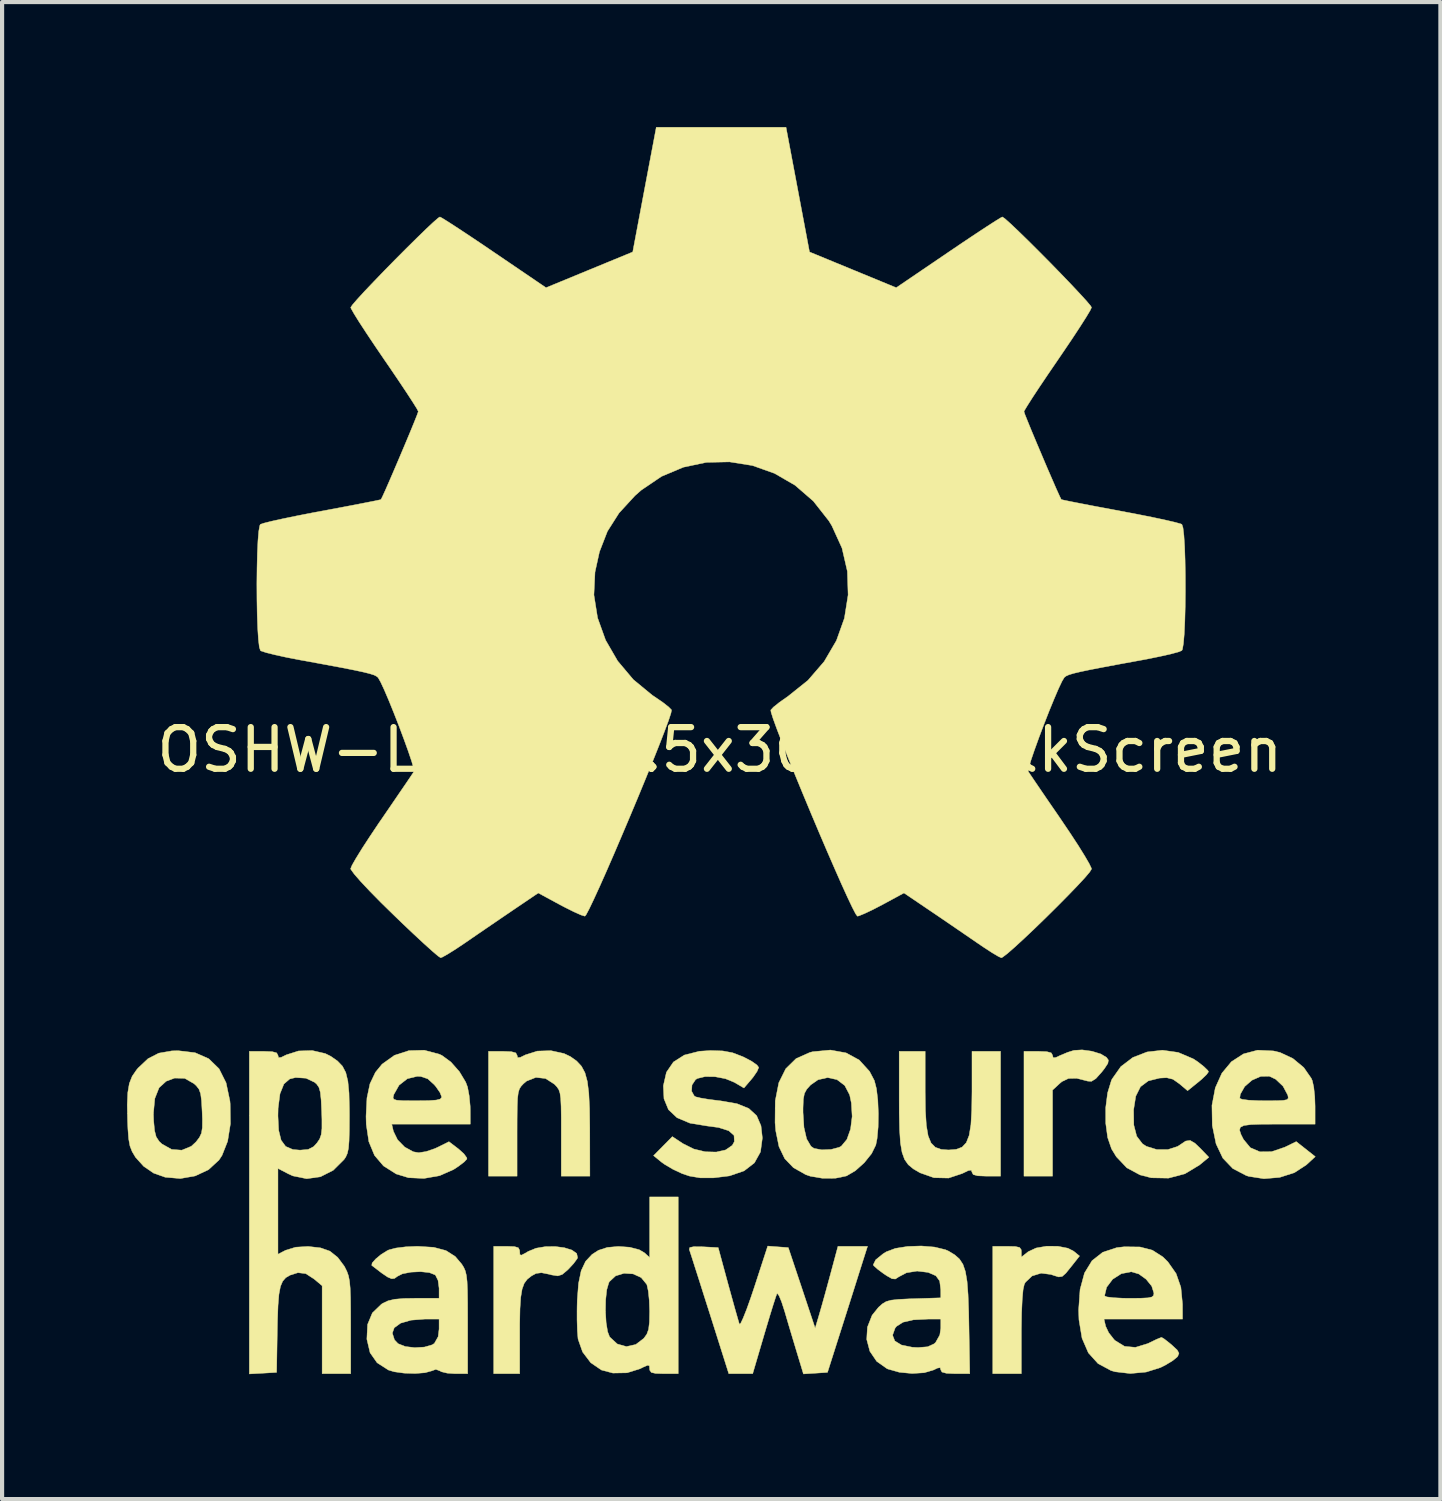
<source format=kicad_pcb>
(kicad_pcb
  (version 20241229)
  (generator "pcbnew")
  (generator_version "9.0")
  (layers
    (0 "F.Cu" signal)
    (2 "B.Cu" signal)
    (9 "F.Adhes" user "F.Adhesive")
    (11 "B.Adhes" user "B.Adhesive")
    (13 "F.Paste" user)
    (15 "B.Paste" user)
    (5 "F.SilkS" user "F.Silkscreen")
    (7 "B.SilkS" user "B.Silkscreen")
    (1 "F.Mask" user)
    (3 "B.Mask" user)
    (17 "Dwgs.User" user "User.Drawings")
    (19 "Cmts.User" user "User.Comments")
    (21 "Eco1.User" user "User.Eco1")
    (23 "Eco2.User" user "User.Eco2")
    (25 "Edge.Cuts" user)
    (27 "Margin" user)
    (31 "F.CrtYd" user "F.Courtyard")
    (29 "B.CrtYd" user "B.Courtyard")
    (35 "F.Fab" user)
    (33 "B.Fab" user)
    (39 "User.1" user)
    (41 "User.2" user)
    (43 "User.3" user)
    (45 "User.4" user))
  (footprint "OSHW-Logo_28.5x30mm_SilkScreen"
    (layer "F.Cu")
    (at 14.232 14.952)
    (property "Reference" "OSHW-Logo_28.5x30mm_SilkScreen" (at 0 0 0) (layer "F.SilkS") (effects (font (size 1 1) (thickness 0.15))))
    (attr exclude_from_pos_files exclude_from_bom)
    (fp_poly (pts (xy 8.931 7.236) (xy 9.146 7.302) (xy 9.284 7.385) (xy 9.329 7.45) (xy 9.316 7.528) (xy 9.236 7.65) (xy 9.168 7.737) (xy 9.028 7.893) (xy 8.923 7.959) (xy 8.833 7.954) (xy 8.567 7.886) (xy 8.371 7.89) (xy 8.212 7.966) (xy 8.159 8.011) (xy 7.988 8.169) (xy 7.988 10.235) (xy 7.302 10.235) (xy 7.302 7.239) (xy 7.645 7.239) (xy 7.851 7.247) (xy 7.957 7.276) (xy 7.988 7.333) (xy 7.988 7.335) (xy 8.003 7.394) (xy 8.069 7.386) (xy 8.16 7.343) (xy 8.348 7.264) (xy 8.501 7.216) (xy 8.698 7.204) (xy 8.931 7.236)) (stroke (width 0.01) (type solid)) (fill yes) (layer "F.SilkS"))
    (fp_poly (pts (xy 8.116 11.919) (xy 8.356 11.966) (xy 8.493 12.036) (xy 8.636 12.153) (xy 8.432 12.411) (xy 8.306 12.567) (xy 8.22 12.643) (xy 8.135 12.655) (xy 8.011 12.617) (xy 7.952 12.596) (xy 7.714 12.565) (xy 7.496 12.632) (xy 7.336 12.784) (xy 7.31 12.832) (xy 7.281 12.96) (xy 7.26 13.196) (xy 7.245 13.523) (xy 7.239 13.925) (xy 7.239 13.982) (xy 7.239 14.978) (xy 6.553 14.978) (xy 6.553 11.92) (xy 6.896 11.92) (xy 7.094 11.925) (xy 7.197 11.948) (xy 7.235 12) (xy 7.239 12.049) (xy 7.239 12.179) (xy 7.404 12.049) (xy 7.592 11.961) (xy 7.846 11.917) (xy 8.116 11.919)) (stroke (width 0.01) (type solid)) (fill yes) (layer "F.SilkS"))
    (fp_poly (pts (xy -4.93 11.927) (xy -4.837 11.955) (xy -4.807 12.016) (xy -4.805 12.044) (xy -4.8 12.121) (xy -4.763 12.133) (xy -4.662 12.08) (xy -4.603 12.044) (xy -4.414 11.966) (xy -4.189 11.928) (xy -3.953 11.925) (xy -3.732 11.954) (xy -3.552 12.01) (xy -3.437 12.091) (xy -3.415 12.191) (xy -3.426 12.218) (xy -3.509 12.332) (xy -3.638 12.471) (xy -3.661 12.493) (xy -3.784 12.596) (xy -3.89 12.63) (xy -4.038 12.607) (xy -4.097 12.591) (xy -4.282 12.554) (xy -4.412 12.571) (xy -4.521 12.63) (xy -4.622 12.709) (xy -4.696 12.808) (xy -4.747 12.947) (xy -4.78 13.145) (xy -4.798 13.419) (xy -4.805 13.791) (xy -4.805 14.015) (xy -4.805 14.978) (xy -5.429 14.978) (xy -5.429 11.92) (xy -5.117 11.92) (xy -4.93 11.927)) (stroke (width 0.01) (type solid)) (fill yes) (layer "F.SilkS"))
    (fp_poly (pts (xy 4.93 8.211) (xy 4.936 8.668) (xy 4.958 9.016) (xy 5.001 9.268) (xy 5.071 9.439) (xy 5.174 9.543) (xy 5.316 9.594) (xy 5.492 9.607) (xy 5.676 9.592) (xy 5.816 9.539) (xy 5.917 9.432) (xy 5.986 9.257) (xy 6.028 9.001) (xy 6.048 8.648) (xy 6.054 8.211) (xy 6.054 7.239) (xy 6.74 7.239) (xy 6.74 10.235) (xy 6.397 10.235) (xy 6.19 10.227) (xy 6.083 10.197) (xy 6.054 10.141) (xy 6.036 10.091) (xy 5.964 10.102) (xy 5.82 10.172) (xy 5.491 10.281) (xy 5.141 10.273) (xy 4.806 10.155) (xy 4.647 10.062) (xy 4.525 9.961) (xy 4.436 9.835) (xy 4.375 9.666) (xy 4.336 9.436) (xy 4.316 9.127) (xy 4.307 8.723) (xy 4.306 8.41) (xy 4.306 7.239) (xy 4.93 7.239) (xy 4.93 8.211)) (stroke (width 0.01) (type solid)) (fill yes) (layer "F.SilkS"))
    (fp_poly (pts (xy -3.742 7.291) (xy -3.587 7.365) (xy -3.437 7.472) (xy -3.322 7.596) (xy -3.238 7.753) (xy -3.181 7.962) (xy -3.146 8.241) (xy -3.128 8.607) (xy -3.122 9.078) (xy -3.122 9.127) (xy -3.12 10.235) (xy -3.807 10.235) (xy -3.807 9.214) (xy -3.807 8.835) (xy -3.811 8.561) (xy -3.82 8.37) (xy -3.838 8.242) (xy -3.867 8.156) (xy -3.911 8.092) (xy -3.971 8.028) (xy -4.184 7.891) (xy -4.416 7.865) (xy -4.638 7.952) (xy -4.715 8.017) (xy -4.771 8.077) (xy -4.812 8.142) (xy -4.839 8.232) (xy -4.856 8.367) (xy -4.864 8.567) (xy -4.867 8.854) (xy -4.868 9.202) (xy -4.868 10.235) (xy -5.554 10.235) (xy -5.554 7.239) (xy -5.211 7.239) (xy -5.005 7.247) (xy -4.899 7.276) (xy -4.868 7.333) (xy -4.868 7.335) (xy -4.854 7.39) (xy -4.79 7.384) (xy -4.665 7.323) (xy -4.38 7.233) (xy -4.055 7.223) (xy -3.742 7.291)) (stroke (width 0.01) (type solid)) (fill yes) (layer "F.SilkS"))
    (fp_poly (pts (xy 11.004 7.265) (xy 11.366 7.419) (xy 11.48 7.494) (xy 11.625 7.609) (xy 11.717 7.699) (xy 11.733 7.729) (xy 11.688 7.794) (xy 11.573 7.905) (xy 11.481 7.982) (xy 11.23 8.184) (xy 11.032 8.017) (xy 10.879 7.909) (xy 10.729 7.872) (xy 10.558 7.881) (xy 10.286 7.949) (xy 10.099 8.089) (xy 9.986 8.315) (xy 9.934 8.642) (xy 9.934 8.642) (xy 9.939 9.008) (xy 10.008 9.276) (xy 10.146 9.458) (xy 10.241 9.52) (xy 10.491 9.597) (xy 10.758 9.597) (xy 10.991 9.522) (xy 11.046 9.486) (xy 11.184 9.393) (xy 11.292 9.378) (xy 11.409 9.447) (xy 11.538 9.571) (xy 11.741 9.782) (xy 11.515 9.968) (xy 11.165 10.179) (xy 10.771 10.283) (xy 10.359 10.275) (xy 10.089 10.206) (xy 9.772 10.036) (xy 9.519 9.769) (xy 9.404 9.58) (xy 9.311 9.309) (xy 9.265 8.965) (xy 9.264 8.593) (xy 9.31 8.236) (xy 9.401 7.937) (xy 9.416 7.906) (xy 9.628 7.605) (xy 9.916 7.386) (xy 10.257 7.254) (xy 10.627 7.212) (xy 11.004 7.265)) (stroke (width 0.01) (type solid)) (fill yes) (layer "F.SilkS"))
    (fp_poly (pts (xy 3.031 7.276) (xy 3.347 7.448) (xy 3.594 7.72) (xy 3.71 7.94) (xy 3.76 8.135) (xy 3.793 8.413) (xy 3.806 8.733) (xy 3.801 9.055) (xy 3.775 9.337) (xy 3.745 9.488) (xy 3.643 9.695) (xy 3.467 9.914) (xy 3.254 10.105) (xy 3.043 10.229) (xy 3.038 10.231) (xy 2.777 10.285) (xy 2.468 10.287) (xy 2.173 10.237) (xy 2.06 10.198) (xy 1.767 10.032) (xy 1.558 9.815) (xy 1.42 9.527) (xy 1.343 9.15) (xy 1.326 8.952) (xy 1.328 8.704) (xy 1.997 8.704) (xy 2.02 9.066) (xy 2.084 9.342) (xy 2.188 9.519) (xy 2.261 9.569) (xy 2.449 9.604) (xy 2.673 9.594) (xy 2.866 9.543) (xy 2.917 9.515) (xy 3.051 9.353) (xy 3.139 9.105) (xy 3.177 8.803) (xy 3.158 8.48) (xy 3.117 8.285) (xy 2.999 8.059) (xy 2.813 7.918) (xy 2.589 7.869) (xy 2.358 7.921) (xy 2.179 8.046) (xy 2.086 8.149) (xy 2.031 8.251) (xy 2.005 8.389) (xy 1.997 8.6) (xy 1.997 8.704) (xy 1.328 8.704) (xy 1.331 8.425) (xy 1.416 7.993) (xy 1.583 7.656) (xy 1.831 7.413) (xy 2.161 7.266) (xy 2.231 7.248) (xy 2.656 7.208) (xy 3.031 7.276)) (stroke (width 0.01) (type solid)) (fill yes) (layer "F.SilkS"))
    (fp_poly (pts (xy 1.397 11.933) (xy 1.644 11.951) (xy 1.967 12.918) (xy 2.289 13.886) (xy 2.391 13.543) (xy 2.452 13.33) (xy 2.532 13.044) (xy 2.618 12.729) (xy 2.664 12.56) (xy 2.836 11.92) (xy 3.546 11.92) (xy 3.333 12.591) (xy 3.229 12.921) (xy 3.103 13.319) (xy 2.971 13.734) (xy 2.853 14.104) (xy 2.585 14.947) (xy 2.296 14.966) (xy 2.007 14.984) (xy 1.85 14.466) (xy 1.753 14.144) (xy 1.647 13.79) (xy 1.555 13.476) (xy 1.551 13.464) (xy 1.482 13.251) (xy 1.422 13.107) (xy 1.379 13.052) (xy 1.37 13.058) (xy 1.34 13.143) (xy 1.281 13.325) (xy 1.202 13.581) (xy 1.11 13.888) (xy 1.06 14.057) (xy 0.789 14.978) (xy 0.215 14.978) (xy -0.244 13.527) (xy -0.374 13.12) (xy -0.491 12.75) (xy -0.592 12.435) (xy -0.669 12.193) (xy -0.719 12.039) (xy -0.734 11.995) (xy -0.722 11.949) (xy -0.628 11.929) (xy -0.433 11.931) (xy -0.402 11.932) (xy -0.039 11.951) (xy 0.198 12.825) (xy 0.286 13.143) (xy 0.364 13.424) (xy 0.426 13.641) (xy 0.464 13.771) (xy 0.472 13.792) (xy 0.501 13.768) (xy 0.561 13.641) (xy 0.645 13.43) (xy 0.744 13.152) (xy 0.829 12.9) (xy 1.15 11.914) (xy 1.397 11.933)) (stroke (width 0.01) (type solid)) (fill yes) (layer "F.SilkS"))
    (fp_poly (pts (xy -12.598 7.272) (xy -12.271 7.416) (xy -12.023 7.657) (xy -11.854 7.995) (xy -11.762 8.431) (xy -11.756 8.499) (xy -11.75 8.978) (xy -11.817 9.398) (xy -11.952 9.739) (xy -12.024 9.848) (xy -12.275 10.08) (xy -12.595 10.23) (xy -12.952 10.293) (xy -13.317 10.261) (xy -13.594 10.163) (xy -13.833 9.999) (xy -14.028 9.783) (xy -14.031 9.778) (xy -14.11 9.645) (xy -14.162 9.511) (xy -14.193 9.342) (xy -14.211 9.104) (xy -14.219 8.909) (xy -14.223 8.731) (xy -13.599 8.731) (xy -13.593 8.908) (xy -13.571 9.143) (xy -13.532 9.293) (xy -13.461 9.401) (xy -13.395 9.463) (xy -13.161 9.594) (xy -12.917 9.612) (xy -12.689 9.518) (xy -12.575 9.412) (xy -12.493 9.305) (xy -12.445 9.203) (xy -12.424 9.071) (xy -12.422 8.872) (xy -12.429 8.689) (xy -12.443 8.427) (xy -12.465 8.258) (xy -12.505 8.147) (xy -12.572 8.062) (xy -12.625 8.014) (xy -12.848 7.887) (xy -13.089 7.881) (xy -13.291 7.956) (xy -13.463 8.113) (xy -13.565 8.371) (xy -13.599 8.731) (xy -14.223 8.731) (xy -14.227 8.52) (xy -14.214 8.229) (xy -14.177 8.011) (xy -14.109 7.838) (xy -14.005 7.686) (xy -13.967 7.64) (xy -13.728 7.415) (xy -13.471 7.283) (xy -13.156 7.228) (xy -13.003 7.224) (xy -12.598 7.272)) (stroke (width 0.01) (type solid)) (fill yes) (layer "F.SilkS"))
    (fp_poly (pts (xy -0.999 14.978) (xy -1.342 14.978) (xy -1.541 14.972) (xy -1.645 14.948) (xy -1.682 14.895) (xy -1.685 14.86) (xy -1.691 14.789) (xy -1.731 14.775) (xy -1.835 14.819) (xy -1.917 14.86) (xy -2.228 14.957) (xy -2.567 14.963) (xy -2.843 14.89) (xy -3.099 14.715) (xy -3.295 14.457) (xy -3.402 14.152) (xy -3.405 14.135) (xy -3.42 13.949) (xy -3.428 13.682) (xy -3.428 13.481) (xy -2.746 13.481) (xy -2.73 13.749) (xy -2.694 13.97) (xy -2.646 14.095) (xy -2.462 14.265) (xy -2.243 14.327) (xy -2.018 14.277) (xy -1.825 14.13) (xy -1.753 14.03) (xy -1.71 13.912) (xy -1.69 13.739) (xy -1.685 13.48) (xy -1.694 13.223) (xy -1.717 12.997) (xy -1.75 12.846) (xy -1.756 12.832) (xy -1.888 12.671) (xy -2.082 12.582) (xy -2.3 12.568) (xy -2.502 12.63) (xy -2.651 12.768) (xy -2.666 12.796) (xy -2.715 12.964) (xy -2.741 13.206) (xy -2.746 13.481) (xy -3.428 13.481) (xy -3.427 13.378) (xy -3.423 13.215) (xy -3.392 12.81) (xy -3.329 12.506) (xy -3.223 12.281) (xy -3.067 12.114) (xy -2.914 12.016) (xy -2.702 11.947) (xy -2.437 11.923) (xy -2.166 11.942) (xy -1.935 12.002) (xy -1.812 12.074) (xy -1.685 12.189) (xy -1.685 10.734) (xy -0.999 10.734) (xy -0.999 14.978)) (stroke (width 0.01) (type solid)) (fill yes) (layer "F.SilkS"))
    (fp_poly (pts (xy 13.291 7.229) (xy 13.451 7.267) (xy 13.757 7.41) (xy 14.019 7.627) (xy 14.2 7.887) (xy 14.225 7.945) (xy 14.259 8.099) (xy 14.283 8.325) (xy 14.291 8.554) (xy 14.291 8.987) (xy 13.386 8.987) (xy 13.013 8.988) (xy 12.75 8.997) (xy 12.583 9.019) (xy 12.497 9.061) (xy 12.478 9.13) (xy 12.511 9.233) (xy 12.571 9.352) (xy 12.736 9.552) (xy 12.966 9.651) (xy 13.246 9.648) (xy 13.564 9.54) (xy 13.839 9.406) (xy 14.296 9.767) (xy 14.081 9.965) (xy 13.794 10.152) (xy 13.442 10.265) (xy 13.063 10.297) (xy 12.697 10.24) (xy 12.638 10.221) (xy 12.316 10.053) (xy 12.076 9.802) (xy 11.914 9.461) (xy 11.824 9.023) (xy 11.823 9.014) (xy 11.815 8.536) (xy 11.848 8.366) (xy 12.482 8.366) (xy 12.54 8.392) (xy 12.698 8.412) (xy 12.931 8.423) (xy 13.079 8.425) (xy 13.354 8.424) (xy 13.526 8.417) (xy 13.617 8.399) (xy 13.647 8.364) (xy 13.64 8.307) (xy 13.633 8.285) (xy 13.522 8.077) (xy 13.346 7.909) (xy 13.191 7.836) (xy 12.985 7.84) (xy 12.776 7.932) (xy 12.601 8.084) (xy 12.496 8.269) (xy 12.482 8.366) (xy 11.848 8.366) (xy 11.895 8.116) (xy 12.054 7.763) (xy 12.282 7.488) (xy 12.571 7.301) (xy 12.91 7.211) (xy 13.291 7.229)) (stroke (width 0.01) (type solid)) (fill yes) (layer "F.SilkS"))
    (fp_poly (pts (xy 0.07 7.229) (xy 0.306 7.273) (xy 0.551 7.367) (xy 0.577 7.379) (xy 0.763 7.477) (xy 0.892 7.568) (xy 0.934 7.626) (xy 0.894 7.721) (xy 0.798 7.861) (xy 0.755 7.913) (xy 0.579 8.119) (xy 0.352 7.985) (xy 0.136 7.896) (xy -0.114 7.848) (xy -0.353 7.845) (xy -0.539 7.89) (xy -0.583 7.918) (xy -0.668 8.046) (xy -0.678 8.194) (xy -0.615 8.309) (xy -0.577 8.332) (xy -0.465 8.359) (xy -0.267 8.392) (xy -0.024 8.423) (xy 0.021 8.428) (xy 0.412 8.496) (xy 0.696 8.611) (xy 0.884 8.784) (xy 0.988 9.025) (xy 1.021 9.319) (xy 0.976 9.654) (xy 0.83 9.917) (xy 0.582 10.109) (xy 0.232 10.229) (xy -0.156 10.277) (xy -0.473 10.276) (xy -0.73 10.233) (xy -0.905 10.174) (xy -1.127 10.07) (xy -1.331 9.949) (xy -1.404 9.896) (xy -1.591 9.743) (xy -1.366 9.515) (xy -1.14 9.286) (xy -0.883 9.456) (xy -0.626 9.584) (xy -0.351 9.65) (xy -0.086 9.657) (xy 0.139 9.606) (xy 0.298 9.497) (xy 0.349 9.405) (xy 0.341 9.258) (xy 0.214 9.145) (xy -0.032 9.067) (xy -0.303 9.031) (xy -0.718 8.963) (xy -1.027 8.833) (xy -1.233 8.639) (xy -1.341 8.377) (xy -1.356 8.066) (xy -1.282 7.741) (xy -1.114 7.495) (xy -0.851 7.328) (xy -0.491 7.237) (xy -0.224 7.22) (xy 0.07 7.229)) (stroke (width 0.01) (type solid)) (fill yes) (layer "F.SilkS"))
    (fp_poly (pts (xy 10.088 11.936) (xy 10.386 12.014) (xy 10.636 12.174) (xy 10.757 12.293) (xy 10.955 12.576) (xy 11.069 12.904) (xy 11.108 13.307) (xy 11.108 13.34) (xy 11.109 13.667) (xy 9.223 13.667) (xy 9.263 13.839) (xy 9.336 13.994) (xy 9.463 14.156) (xy 9.489 14.182) (xy 9.718 14.322) (xy 9.978 14.346) (xy 10.278 14.254) (xy 10.329 14.229) (xy 10.484 14.154) (xy 10.589 14.111) (xy 10.607 14.107) (xy 10.671 14.145) (xy 10.792 14.24) (xy 10.853 14.291) (xy 10.981 14.41) (xy 11.023 14.488) (xy 10.994 14.56) (xy 10.978 14.579) (xy 10.873 14.665) (xy 10.699 14.77) (xy 10.578 14.831) (xy 10.234 14.939) (xy 9.854 14.974) (xy 9.493 14.932) (xy 9.392 14.903) (xy 9.08 14.735) (xy 8.848 14.478) (xy 8.696 14.127) (xy 8.622 13.682) (xy 8.614 13.449) (xy 8.638 13.11) (xy 9.236 13.11) (xy 9.294 13.135) (xy 9.45 13.154) (xy 9.676 13.166) (xy 9.829 13.168) (xy 10.105 13.166) (xy 10.279 13.157) (xy 10.374 13.136) (xy 10.414 13.099) (xy 10.422 13.044) (xy 10.369 12.876) (xy 10.234 12.71) (xy 10.057 12.583) (xy 9.879 12.531) (xy 9.639 12.577) (xy 9.43 12.711) (xy 9.286 12.903) (xy 9.236 13.11) (xy 8.638 13.11) (xy 8.649 12.955) (xy 8.755 12.561) (xy 8.936 12.265) (xy 9.193 12.063) (xy 9.529 11.952) (xy 9.711 11.931) (xy 10.088 11.936)) (stroke (width 0.01) (type solid)) (fill yes) (layer "F.SilkS"))
    (fp_poly (pts (xy -6.733 7.309) (xy -6.671 7.338) (xy -6.456 7.496) (xy -6.253 7.726) (xy -6.101 7.979) (xy -6.057 8.096) (xy -6.018 8.304) (xy -5.994 8.555) (xy -5.992 8.659) (xy -5.991 8.987) (xy -7.877 8.987) (xy -7.837 9.158) (xy -7.738 9.361) (xy -7.566 9.537) (xy -7.36 9.65) (xy -7.23 9.673) (xy -7.052 9.645) (xy -6.841 9.573) (xy -6.769 9.54) (xy -6.503 9.408) (xy -6.276 9.581) (xy -6.145 9.698) (xy -6.076 9.794) (xy -6.072 9.823) (xy -6.134 9.891) (xy -6.271 9.996) (xy -6.394 10.077) (xy -6.728 10.224) (xy -7.103 10.29) (xy -7.474 10.273) (xy -7.77 10.183) (xy -8.075 9.99) (xy -8.291 9.736) (xy -8.427 9.407) (xy -8.489 8.99) (xy -8.494 8.799) (xy -8.472 8.362) (xy -8.47 8.349) (xy -7.845 8.349) (xy -7.827 8.39) (xy -7.757 8.413) (xy -7.611 8.423) (xy -7.368 8.425) (xy -7.275 8.425) (xy -6.99 8.422) (xy -6.81 8.409) (xy -6.713 8.385) (xy -6.679 8.345) (xy -6.678 8.332) (xy -6.717 8.231) (xy -6.815 8.089) (xy -6.857 8.039) (xy -7.013 7.898) (xy -7.176 7.843) (xy -7.264 7.838) (xy -7.502 7.896) (xy -7.701 8.052) (xy -7.828 8.277) (xy -7.83 8.285) (xy -7.845 8.349) (xy -8.47 8.349) (xy -8.4 8.018) (xy -8.269 7.743) (xy -8.109 7.547) (xy -7.813 7.335) (xy -7.465 7.222) (xy -7.096 7.212) (xy -6.733 7.309)) (stroke (width 0.01) (type solid)) (fill yes) (layer "F.SilkS"))
    (fp_poly (pts (xy 5.154 11.938) (xy 5.417 12.002) (xy 5.493 12.036) (xy 5.64 12.125) (xy 5.753 12.225) (xy 5.837 12.353) (xy 5.896 12.527) (xy 5.936 12.765) (xy 5.96 13.083) (xy 5.975 13.499) (xy 5.98 13.777) (xy 6.001 14.978) (xy 5.653 14.978) (xy 5.442 14.969) (xy 5.333 14.939) (xy 5.305 14.888) (xy 5.29 14.833) (xy 5.223 14.844) (xy 5.133 14.888) (xy 4.907 14.955) (xy 4.616 14.973) (xy 4.31 14.944) (xy 4.038 14.867) (xy 4.014 14.857) (xy 3.766 14.682) (xy 3.602 14.44) (xy 3.527 14.157) (xy 3.532 14.055) (xy 4.147 14.055) (xy 4.201 14.192) (xy 4.361 14.29) (xy 4.62 14.343) (xy 4.759 14.35) (xy 4.989 14.332) (xy 5.142 14.262) (xy 5.18 14.229) (xy 5.281 14.049) (xy 5.305 13.886) (xy 5.305 13.667) (xy 5 13.667) (xy 4.647 13.685) (xy 4.399 13.742) (xy 4.242 13.841) (xy 4.207 13.886) (xy 4.147 14.055) (xy 3.532 14.055) (xy 3.544 13.859) (xy 3.656 13.575) (xy 3.81 13.384) (xy 3.903 13.301) (xy 3.994 13.246) (xy 4.113 13.213) (xy 4.288 13.194) (xy 4.55 13.181) (xy 4.653 13.178) (xy 5.305 13.157) (xy 5.304 12.96) (xy 5.278 12.752) (xy 5.187 12.627) (xy 5.003 12.547) (xy 4.998 12.546) (xy 4.737 12.514) (xy 4.481 12.555) (xy 4.291 12.655) (xy 4.215 12.705) (xy 4.133 12.698) (xy 4.007 12.626) (xy 3.932 12.576) (xy 3.787 12.468) (xy 3.697 12.387) (xy 3.683 12.364) (xy 3.742 12.244) (xy 3.918 12.101) (xy 3.994 12.053) (xy 4.213 11.97) (xy 4.509 11.923) (xy 4.837 11.912) (xy 5.154 11.938)) (stroke (width 0.01) (type solid)) (fill yes) (layer "F.SilkS"))
    (fp_poly (pts (xy -6.87 11.944) (xy -6.576 12.022) (xy -6.353 12.164) (xy -6.195 12.35) (xy -6.146 12.43) (xy -6.11 12.513) (xy -6.085 12.619) (xy -6.068 12.768) (xy -6.059 12.979) (xy -6.055 13.272) (xy -6.054 13.666) (xy -6.054 13.77) (xy -6.054 14.978) (xy -6.353 14.978) (xy -6.544 14.965) (xy -6.685 14.931) (xy -6.721 14.91) (xy -6.818 14.874) (xy -6.916 14.91) (xy -7.079 14.955) (xy -7.316 14.973) (xy -7.578 14.965) (xy -7.817 14.932) (xy -7.957 14.89) (xy -8.228 14.716) (xy -8.397 14.475) (xy -8.473 14.154) (xy -8.474 14.146) (xy -8.467 14.004) (xy -7.863 14.004) (xy -7.811 14.166) (xy -7.725 14.257) (xy -7.552 14.326) (xy -7.324 14.353) (xy -7.092 14.339) (xy -6.906 14.285) (xy -6.854 14.251) (xy -6.763 14.09) (xy -6.74 13.907) (xy -6.74 13.667) (xy -7.085 13.667) (xy -7.413 13.693) (xy -7.662 13.764) (xy -7.817 13.876) (xy -7.863 14.004) (xy -8.467 14.004) (xy -8.457 13.796) (xy -8.342 13.519) (xy -8.124 13.309) (xy -8.094 13.29) (xy -7.965 13.228) (xy -7.806 13.191) (xy -7.582 13.172) (xy -7.317 13.168) (xy -6.74 13.168) (xy -6.74 12.926) (xy -6.765 12.738) (xy -6.827 12.613) (xy -6.834 12.606) (xy -6.973 12.551) (xy -7.183 12.529) (xy -7.415 12.54) (xy -7.621 12.58) (xy -7.742 12.641) (xy -7.808 12.69) (xy -7.878 12.699) (xy -7.974 12.659) (xy -8.12 12.56) (xy -8.337 12.393) (xy -8.357 12.378) (xy -8.347 12.32) (xy -8.261 12.223) (xy -8.132 12.116) (xy -7.988 12.026) (xy -7.943 12.005) (xy -7.779 11.962) (xy -7.538 11.932) (xy -7.269 11.92) (xy -7.257 11.92) (xy -6.87 11.944)) (stroke (width 0.01) (type solid)) (fill yes) (layer "F.SilkS"))
    (fp_poly (pts (xy -9.473 7.292) (xy -9.342 7.357) (xy -9.18 7.47) (xy -9.061 7.594) (xy -8.98 7.749) (xy -8.93 7.957) (xy -8.903 8.239) (xy -8.894 8.617) (xy -8.893 8.779) (xy -8.895 9.135) (xy -8.902 9.39) (xy -8.916 9.566) (xy -8.942 9.687) (xy -8.981 9.776) (xy -9.022 9.836) (xy -9.282 10.095) (xy -9.588 10.25) (xy -9.919 10.297) (xy -10.252 10.229) (xy -10.357 10.181) (xy -10.609 10.05) (xy -10.609 12.11) (xy -10.425 12.015) (xy -10.183 11.941) (xy -9.884 11.923) (xy -9.587 11.957) (xy -9.362 12.036) (xy -9.175 12.185) (xy -9.016 12.398) (xy -9.004 12.42) (xy -8.953 12.523) (xy -8.916 12.627) (xy -8.891 12.753) (xy -8.875 12.922) (xy -8.866 13.156) (xy -8.863 13.474) (xy -8.862 13.833) (xy -8.862 14.978) (xy -9.548 14.978) (xy -9.548 12.867) (xy -9.74 12.706) (xy -9.94 12.576) (xy -10.129 12.553) (xy -10.319 12.613) (xy -10.42 12.672) (xy -10.495 12.757) (xy -10.549 12.884) (xy -10.585 13.073) (xy -10.607 13.341) (xy -10.62 13.705) (xy -10.625 13.948) (xy -10.641 14.947) (xy -10.968 14.966) (xy -11.296 14.984) (xy -11.296 8.788) (xy -10.609 8.788) (xy -10.592 9.133) (xy -10.533 9.373) (xy -10.423 9.522) (xy -10.252 9.596) (xy -10.079 9.611) (xy -9.883 9.594) (xy -9.753 9.527) (xy -9.672 9.439) (xy -9.608 9.345) (xy -9.57 9.239) (xy -9.553 9.092) (xy -9.553 8.87) (xy -9.559 8.685) (xy -9.572 8.406) (xy -9.591 8.222) (xy -9.624 8.106) (xy -9.677 8.028) (xy -9.727 7.983) (xy -9.936 7.884) (xy -10.184 7.868) (xy -10.326 7.902) (xy -10.466 8.023) (xy -10.56 8.257) (xy -10.605 8.604) (xy -10.609 8.788) (xy -11.296 8.788) (xy -11.296 7.239) (xy -10.953 7.239) (xy -10.746 7.247) (xy -10.64 7.276) (xy -10.609 7.333) (xy -10.609 7.335) (xy -10.595 7.39) (xy -10.532 7.384) (xy -10.407 7.323) (xy -10.114 7.23) (xy -9.785 7.22) (xy -9.473 7.292)) (stroke (width 0.01) (type solid)) (fill yes) (layer "F.SilkS"))
    (fp_poly (pts (xy 2.153 -11.953) (xy 3.194 -11.524) (xy 4.235 -11.095) (xy 5.484 -11.944) (xy 5.834 -12.181) (xy 6.15 -12.392) (xy 6.418 -12.568) (xy 6.623 -12.7) (xy 6.75 -12.777) (xy 6.784 -12.794) (xy 6.846 -12.751) (xy 6.979 -12.632) (xy 7.168 -12.453) (xy 7.398 -12.229) (xy 7.654 -11.974) (xy 7.921 -11.705) (xy 8.184 -11.435) (xy 8.428 -11.181) (xy 8.639 -10.956) (xy 8.802 -10.778) (xy 8.901 -10.66) (xy 8.924 -10.62) (xy 8.89 -10.547) (xy 8.795 -10.388) (xy 8.648 -10.157) (xy 8.46 -9.871) (xy 8.24 -9.545) (xy 8.113 -9.359) (xy 7.881 -9.019) (xy 7.675 -8.713) (xy 7.505 -8.455) (xy 7.381 -8.26) (xy 7.312 -8.145) (xy 7.302 -8.12) (xy 7.325 -8.051) (xy 7.389 -7.891) (xy 7.483 -7.661) (xy 7.599 -7.384) (xy 7.726 -7.084) (xy 7.854 -6.782) (xy 7.976 -6.501) (xy 8.079 -6.264) (xy 8.156 -6.094) (xy 8.196 -6.013) (xy 8.199 -6.009) (xy 8.262 -5.994) (xy 8.431 -5.959) (xy 8.687 -5.909) (xy 9.014 -5.846) (xy 9.394 -5.775) (xy 9.615 -5.733) (xy 10.021 -5.656) (xy 10.387 -5.583) (xy 10.696 -5.517) (xy 10.928 -5.463) (xy 11.065 -5.425) (xy 11.093 -5.413) (xy 11.12 -5.331) (xy 11.142 -5.146) (xy 11.159 -4.879) (xy 11.17 -4.553) (xy 11.176 -4.189) (xy 11.177 -3.808) (xy 11.173 -3.432) (xy 11.164 -3.083) (xy 11.15 -2.782) (xy 11.13 -2.551) (xy 11.106 -2.412) (xy 11.091 -2.383) (xy 11.003 -2.348) (xy 10.817 -2.298) (xy 10.556 -2.24) (xy 10.247 -2.177) (xy 10.139 -2.157) (xy 9.619 -2.062) (xy 9.208 -1.985) (xy 8.892 -1.924) (xy 8.659 -1.875) (xy 8.494 -1.836) (xy 8.385 -1.803) (xy 8.316 -1.773) (xy 8.276 -1.743) (xy 8.27 -1.738) (xy 8.214 -1.644) (xy 8.128 -1.461) (xy 8.021 -1.211) (xy 7.901 -0.918) (xy 7.778 -0.603) (xy 7.659 -0.288) (xy 7.554 0.003) (xy 7.47 0.249) (xy 7.417 0.428) (xy 7.403 0.515) (xy 7.404 0.519) (xy 7.451 0.59) (xy 7.558 0.749) (xy 7.713 0.977) (xy 7.905 1.258) (xy 8.124 1.576) (xy 8.186 1.667) (xy 8.407 1.995) (xy 8.603 2.294) (xy 8.76 2.547) (xy 8.87 2.737) (xy 8.922 2.847) (xy 8.924 2.861) (xy 8.881 2.932) (xy 8.762 3.073) (xy 8.581 3.268) (xy 8.355 3.502) (xy 8.099 3.761) (xy 7.828 4.029) (xy 7.558 4.291) (xy 7.303 4.532) (xy 7.08 4.737) (xy 6.904 4.891) (xy 6.789 4.978) (xy 6.758 4.993) (xy 6.684 4.959) (xy 6.533 4.869) (xy 6.329 4.736) (xy 6.173 4.63) (xy 5.889 4.435) (xy 5.553 4.205) (xy 5.216 3.975) (xy 5.034 3.852) (xy 4.421 3.437) (xy 3.906 3.716) (xy 3.671 3.838) (xy 3.472 3.932) (xy 3.337 3.987) (xy 3.302 3.994) (xy 3.261 3.938) (xy 3.18 3.782) (xy 3.064 3.538) (xy 2.92 3.221) (xy 2.755 2.847) (xy 2.573 2.429) (xy 2.382 1.982) (xy 2.187 1.52) (xy 1.995 1.059) (xy 1.811 0.612) (xy 1.641 0.193) (xy 1.492 -0.182) (xy 1.37 -0.499) (xy 1.281 -0.743) (xy 1.231 -0.901) (xy 1.223 -0.955) (xy 1.287 -1.025) (xy 1.427 -1.137) (xy 1.615 -1.269) (xy 1.63 -1.279) (xy 2.115 -1.667) (xy 2.505 -2.119) (xy 2.799 -2.622) (xy 2.991 -3.16) (xy 3.08 -3.719) (xy 3.062 -4.285) (xy 2.933 -4.844) (xy 2.689 -5.38) (xy 2.618 -5.497) (xy 2.245 -5.971) (xy 1.805 -6.352) (xy 1.313 -6.637) (xy 0.784 -6.825) (xy 0.232 -6.913) (xy -0.325 -6.901) (xy -0.875 -6.785) (xy -1.4 -6.564) (xy -1.886 -6.235) (xy -2.037 -6.102) (xy -2.42 -5.685) (xy -2.699 -5.246) (xy -2.89 -4.754) (xy -2.997 -4.267) (xy -3.023 -3.719) (xy -2.935 -3.168) (xy -2.743 -2.634) (xy -2.453 -2.133) (xy -2.077 -1.686) (xy -1.622 -1.311) (xy -1.562 -1.271) (xy -1.373 -1.142) (xy -1.229 -1.029) (xy -1.16 -0.958) (xy -1.159 -0.955) (xy -1.174 -0.878) (xy -1.232 -0.702) (xy -1.329 -0.442) (xy -1.457 -0.112) (xy -1.61 0.272) (xy -1.783 0.697) (xy -1.969 1.148) (xy -2.163 1.611) (xy -2.358 2.071) (xy -2.547 2.513) (xy -2.726 2.924) (xy -2.888 3.288) (xy -3.027 3.591) (xy -3.136 3.819) (xy -3.21 3.958) (xy -3.24 3.994) (xy -3.331 3.966) (xy -3.502 3.89) (xy -3.722 3.78) (xy -3.844 3.716) (xy -4.359 3.437) (xy -4.972 3.852) (xy -5.285 4.065) (xy -5.628 4.299) (xy -5.949 4.519) (xy -6.11 4.63) (xy -6.337 4.782) (xy -6.528 4.902) (xy -6.66 4.976) (xy -6.703 4.992) (xy -6.766 4.95) (xy -6.904 4.832) (xy -7.104 4.652) (xy -7.353 4.421) (xy -7.638 4.151) (xy -7.818 3.977) (xy -8.134 3.668) (xy -8.406 3.391) (xy -8.625 3.158) (xy -8.778 2.982) (xy -8.856 2.874) (xy -8.864 2.853) (xy -8.829 2.769) (xy -8.733 2.601) (xy -8.587 2.365) (xy -8.4 2.078) (xy -8.185 1.756) (xy -8.123 1.667) (xy -7.9 1.341) (xy -7.7 1.048) (xy -7.533 0.804) (xy -7.412 0.625) (xy -7.348 0.529) (xy -7.342 0.519) (xy -7.351 0.441) (xy -7.4 0.272) (xy -7.481 0.032) (xy -7.585 -0.256) (xy -7.702 -0.569) (xy -7.826 -0.886) (xy -7.946 -1.182) (xy -8.055 -1.437) (xy -8.144 -1.628) (xy -8.204 -1.733) (xy -8.208 -1.738) (xy -8.245 -1.767) (xy -8.306 -1.797) (xy -8.407 -1.829) (xy -8.56 -1.867) (xy -8.779 -1.914) (xy -9.078 -1.973) (xy -9.47 -2.046) (xy -9.969 -2.138) (xy -10.077 -2.157) (xy -10.397 -2.219) (xy -10.676 -2.28) (xy -10.889 -2.333) (xy -11.012 -2.373) (xy -11.029 -2.383) (xy -11.056 -2.466) (xy -11.078 -2.652) (xy -11.095 -2.919) (xy -11.107 -3.246) (xy -11.113 -3.611) (xy -11.115 -3.992) (xy -11.111 -4.368) (xy -11.103 -4.716) (xy -11.089 -5.017) (xy -11.07 -5.246) (xy -11.045 -5.384) (xy -11.031 -5.413) (xy -10.949 -5.441) (xy -10.763 -5.488) (xy -10.491 -5.548) (xy -10.152 -5.618) (xy -9.764 -5.694) (xy -9.553 -5.733) (xy -9.152 -5.808) (xy -8.794 -5.876) (xy -8.497 -5.934) (xy -8.279 -5.977) (xy -8.157 -6.003) (xy -8.136 -6.009) (xy -8.102 -6.075) (xy -8.03 -6.233) (xy -7.93 -6.462) (xy -7.811 -6.738) (xy -7.683 -7.038) (xy -7.555 -7.341) (xy -7.437 -7.623) (xy -7.339 -7.862) (xy -7.27 -8.035) (xy -7.24 -8.12) (xy -7.239 -8.123) (xy -7.273 -8.19) (xy -7.369 -8.344) (xy -7.516 -8.57) (xy -7.704 -8.852) (xy -7.923 -9.175) (xy -8.051 -9.361) (xy -8.283 -9.702) (xy -8.489 -10.011) (xy -8.66 -10.273) (xy -8.784 -10.473) (xy -8.852 -10.594) (xy -8.862 -10.621) (xy -8.82 -10.684) (xy -8.703 -10.819) (xy -8.527 -11.011) (xy -8.305 -11.244) (xy -8.055 -11.504) (xy -7.789 -11.775) (xy -7.523 -12.042) (xy -7.272 -12.29) (xy -7.052 -12.504) (xy -6.876 -12.669) (xy -6.759 -12.77) (xy -6.72 -12.794) (xy -6.657 -12.76) (xy -6.505 -12.665) (xy -6.28 -12.519) (xy -5.997 -12.332) (xy -5.669 -12.112) (xy -5.422 -11.944) (xy -4.173 -11.095) (xy -3.132 -11.524) (xy -2.091 -11.953) (xy -1.809 -13.45) (xy -1.526 -14.947) (xy 1.589 -14.947) (xy 2.153 -11.953)) (stroke (width 0.01) (type solid)) (fill yes) (layer "F.SilkS")))
  (gr_rect
    (start -3 -3)
    (end 31.532 32.941)
    (stroke (width 0.1) (type default))
    (fill no)
    (layer "Edge.Cuts")))
</source>
